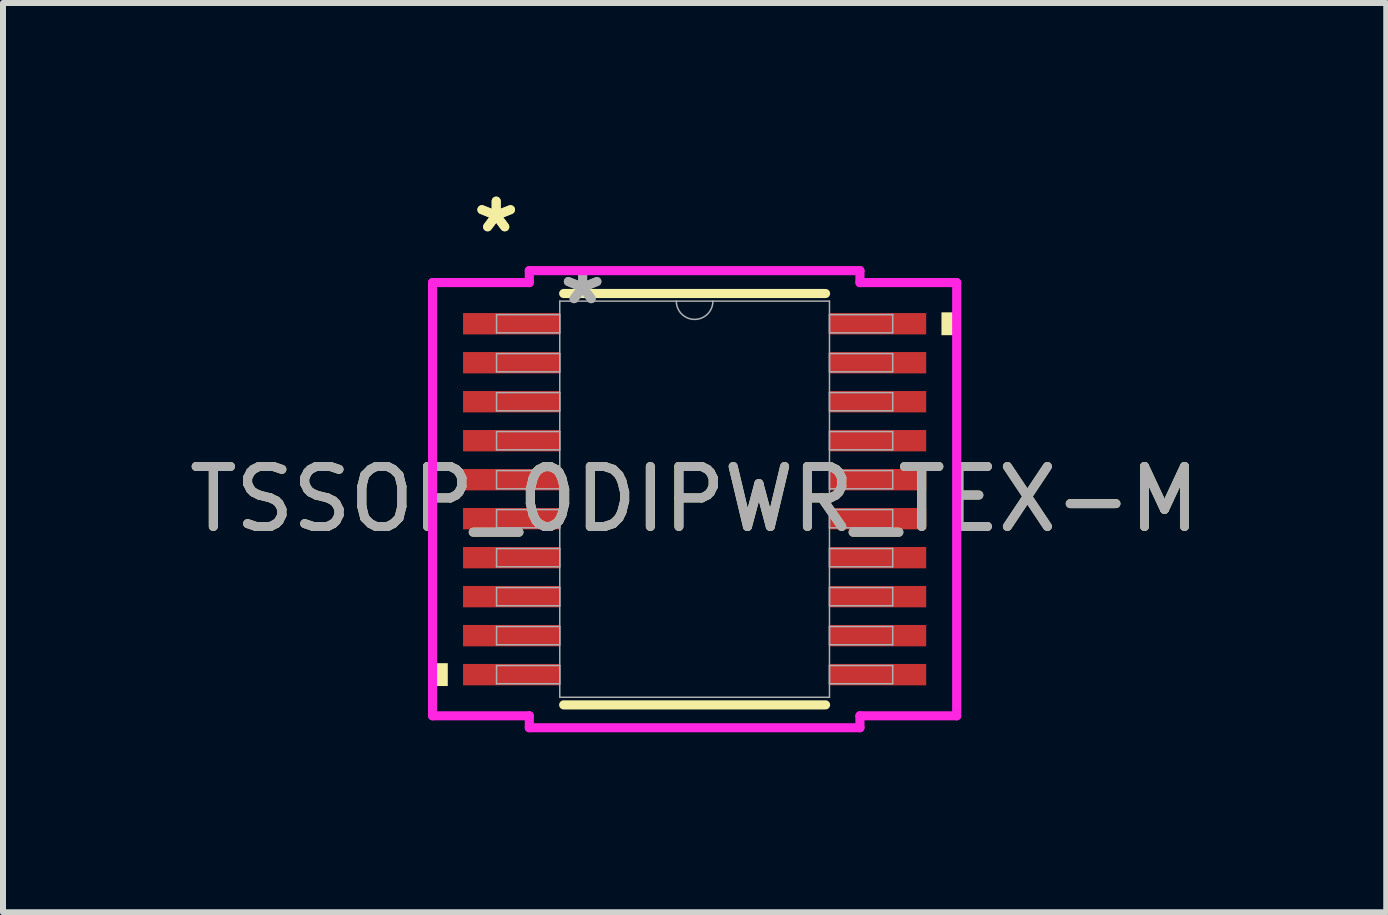
<source format=kicad_pcb>
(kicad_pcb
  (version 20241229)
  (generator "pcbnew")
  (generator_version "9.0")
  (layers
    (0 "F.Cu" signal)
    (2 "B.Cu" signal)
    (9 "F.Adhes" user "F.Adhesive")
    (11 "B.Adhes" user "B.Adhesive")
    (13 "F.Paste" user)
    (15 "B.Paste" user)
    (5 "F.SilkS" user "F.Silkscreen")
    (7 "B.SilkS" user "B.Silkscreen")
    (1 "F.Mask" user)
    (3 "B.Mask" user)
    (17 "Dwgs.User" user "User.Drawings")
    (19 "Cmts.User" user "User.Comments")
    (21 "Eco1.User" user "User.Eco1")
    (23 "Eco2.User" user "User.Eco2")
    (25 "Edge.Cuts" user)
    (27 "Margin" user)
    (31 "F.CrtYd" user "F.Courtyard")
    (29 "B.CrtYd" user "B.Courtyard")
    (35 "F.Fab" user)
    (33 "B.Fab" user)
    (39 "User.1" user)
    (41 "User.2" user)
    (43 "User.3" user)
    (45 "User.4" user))
  (footprint "TSSOP_0DIPWR_TEX-M"
    (layer "F.Cu")
    (at 8.53 5.272)
    (property "Reference" "TSSOP_0DIPWR_TEX-M" (at 0 0 0) (unlocked yes) (layer "F.SilkS") (effects (font (size 1 1) (thickness 0.15))))
    (attr smd)
    (fp_line (start -2.183 3.429) (end 2.183 3.429) (stroke (width 0.152) (type solid)) (layer "F.SilkS"))
    (fp_line (start 2.183 -3.429) (end -2.183 -3.429) (stroke (width 0.152) (type solid)) (layer "F.SilkS"))
    (fp_poly (pts (xy -4.369 2.734) (xy -4.369 3.115) (xy -4.115 3.115) (xy -4.115 2.734)) (stroke (width 0) (type solid)) (fill yes) (layer "F.SilkS"))
    (fp_poly (pts (xy 4.369 -3.115) (xy 4.369 -2.734) (xy 4.115 -2.734) (xy 4.115 -3.115)) (stroke (width 0) (type solid)) (fill yes) (layer "F.SilkS"))
    (fp_line (start -4.369 -3.611) (end -2.756 -3.611) (stroke (width 0.152) (type solid)) (layer "F.CrtYd"))
    (fp_line (start -4.369 3.611) (end -4.369 -3.611) (stroke (width 0.152) (type solid)) (layer "F.CrtYd"))
    (fp_line (start -4.369 3.611) (end -2.756 3.611) (stroke (width 0.152) (type solid)) (layer "F.CrtYd"))
    (fp_line (start -2.756 -3.81) (end 2.756 -3.81) (stroke (width 0.152) (type solid)) (layer "F.CrtYd"))
    (fp_line (start -2.756 -3.611) (end -2.756 -3.81) (stroke (width 0.152) (type solid)) (layer "F.CrtYd"))
    (fp_line (start -2.756 3.81) (end -2.756 3.611) (stroke (width 0.152) (type solid)) (layer "F.CrtYd"))
    (fp_line (start 2.756 -3.81) (end 2.756 -3.611) (stroke (width 0.152) (type solid)) (layer "F.CrtYd"))
    (fp_line (start 2.756 3.611) (end 2.756 3.81) (stroke (width 0.152) (type solid)) (layer "F.CrtYd"))
    (fp_line (start 2.756 3.81) (end -2.756 3.81) (stroke (width 0.152) (type solid)) (layer "F.CrtYd"))
    (fp_line (start 4.369 -3.611) (end 2.756 -3.611) (stroke (width 0.152) (type solid)) (layer "F.CrtYd"))
    (fp_line (start 4.369 -3.611) (end 4.369 3.611) (stroke (width 0.152) (type solid)) (layer "F.CrtYd"))
    (fp_line (start 4.369 3.611) (end 2.756 3.611) (stroke (width 0.152) (type solid)) (layer "F.CrtYd"))
    (fp_line (start -3.302 -3.077) (end -3.302 -2.773) (stroke (width 0.025) (type solid)) (layer "F.Fab"))
    (fp_line (start -3.302 -2.773) (end -2.248 -2.773) (stroke (width 0.025) (type solid)) (layer "F.Fab"))
    (fp_line (start -3.302 -2.427) (end -3.302 -2.123) (stroke (width 0.025) (type solid)) (layer "F.Fab"))
    (fp_line (start -3.302 -2.123) (end -2.248 -2.123) (stroke (width 0.025) (type solid)) (layer "F.Fab"))
    (fp_line (start -3.302 -1.777) (end -3.302 -1.473) (stroke (width 0.025) (type solid)) (layer "F.Fab"))
    (fp_line (start -3.302 -1.473) (end -2.248 -1.473) (stroke (width 0.025) (type solid)) (layer "F.Fab"))
    (fp_line (start -3.302 -1.127) (end -3.302 -0.823) (stroke (width 0.025) (type solid)) (layer "F.Fab"))
    (fp_line (start -3.302 -0.823) (end -2.248 -0.823) (stroke (width 0.025) (type solid)) (layer "F.Fab"))
    (fp_line (start -3.302 -0.477) (end -3.302 -0.173) (stroke (width 0.025) (type solid)) (layer "F.Fab"))
    (fp_line (start -3.302 -0.173) (end -2.248 -0.173) (stroke (width 0.025) (type solid)) (layer "F.Fab"))
    (fp_line (start -3.302 0.173) (end -3.302 0.477) (stroke (width 0.025) (type solid)) (layer "F.Fab"))
    (fp_line (start -3.302 0.477) (end -2.248 0.477) (stroke (width 0.025) (type solid)) (layer "F.Fab"))
    (fp_line (start -3.302 0.823) (end -3.302 1.127) (stroke (width 0.025) (type solid)) (layer "F.Fab"))
    (fp_line (start -3.302 1.127) (end -2.248 1.127) (stroke (width 0.025) (type solid)) (layer "F.Fab"))
    (fp_line (start -3.302 1.473) (end -3.302 1.777) (stroke (width 0.025) (type solid)) (layer "F.Fab"))
    (fp_line (start -3.302 1.777) (end -2.248 1.777) (stroke (width 0.025) (type solid)) (layer "F.Fab"))
    (fp_line (start -3.302 2.123) (end -3.302 2.427) (stroke (width 0.025) (type solid)) (layer "F.Fab"))
    (fp_line (start -3.302 2.427) (end -2.248 2.427) (stroke (width 0.025) (type solid)) (layer "F.Fab"))
    (fp_line (start -3.302 2.773) (end -3.302 3.077) (stroke (width 0.025) (type solid)) (layer "F.Fab"))
    (fp_line (start -3.302 3.077) (end -2.248 3.077) (stroke (width 0.025) (type solid)) (layer "F.Fab"))
    (fp_line (start -2.248 -3.302) (end -2.248 3.302) (stroke (width 0.025) (type solid)) (layer "F.Fab"))
    (fp_line (start -2.248 -3.077) (end -3.302 -3.077) (stroke (width 0.025) (type solid)) (layer "F.Fab"))
    (fp_line (start -2.248 -2.773) (end -2.248 -3.077) (stroke (width 0.025) (type solid)) (layer "F.Fab"))
    (fp_line (start -2.248 -2.427) (end -3.302 -2.427) (stroke (width 0.025) (type solid)) (layer "F.Fab"))
    (fp_line (start -2.248 -2.123) (end -2.248 -2.427) (stroke (width 0.025) (type solid)) (layer "F.Fab"))
    (fp_line (start -2.248 -1.777) (end -3.302 -1.777) (stroke (width 0.025) (type solid)) (layer "F.Fab"))
    (fp_line (start -2.248 -1.473) (end -2.248 -1.777) (stroke (width 0.025) (type solid)) (layer "F.Fab"))
    (fp_line (start -2.248 -1.127) (end -3.302 -1.127) (stroke (width 0.025) (type solid)) (layer "F.Fab"))
    (fp_line (start -2.248 -0.823) (end -2.248 -1.127) (stroke (width 0.025) (type solid)) (layer "F.Fab"))
    (fp_line (start -2.248 -0.477) (end -3.302 -0.477) (stroke (width 0.025) (type solid)) (layer "F.Fab"))
    (fp_line (start -2.248 -0.173) (end -2.248 -0.477) (stroke (width 0.025) (type solid)) (layer "F.Fab"))
    (fp_line (start -2.248 0.173) (end -3.302 0.173) (stroke (width 0.025) (type solid)) (layer "F.Fab"))
    (fp_line (start -2.248 0.477) (end -2.248 0.173) (stroke (width 0.025) (type solid)) (layer "F.Fab"))
    (fp_line (start -2.248 0.823) (end -3.302 0.823) (stroke (width 0.025) (type solid)) (layer "F.Fab"))
    (fp_line (start -2.248 1.127) (end -2.248 0.823) (stroke (width 0.025) (type solid)) (layer "F.Fab"))
    (fp_line (start -2.248 1.473) (end -3.302 1.473) (stroke (width 0.025) (type solid)) (layer "F.Fab"))
    (fp_line (start -2.248 1.777) (end -2.248 1.473) (stroke (width 0.025) (type solid)) (layer "F.Fab"))
    (fp_line (start -2.248 2.123) (end -3.302 2.123) (stroke (width 0.025) (type solid)) (layer "F.Fab"))
    (fp_line (start -2.248 2.427) (end -2.248 2.123) (stroke (width 0.025) (type solid)) (layer "F.Fab"))
    (fp_line (start -2.248 2.773) (end -3.302 2.773) (stroke (width 0.025) (type solid)) (layer "F.Fab"))
    (fp_line (start -2.248 3.077) (end -2.248 2.773) (stroke (width 0.025) (type solid)) (layer "F.Fab"))
    (fp_line (start -2.248 3.302) (end 2.248 3.302) (stroke (width 0.025) (type solid)) (layer "F.Fab"))
    (fp_line (start 2.248 -3.302) (end -2.248 -3.302) (stroke (width 0.025) (type solid)) (layer "F.Fab"))
    (fp_line (start 2.248 -3.077) (end 2.248 -2.773) (stroke (width 0.025) (type solid)) (layer "F.Fab"))
    (fp_line (start 2.248 -2.773) (end 3.302 -2.773) (stroke (width 0.025) (type solid)) (layer "F.Fab"))
    (fp_line (start 2.248 -2.427) (end 2.248 -2.123) (stroke (width 0.025) (type solid)) (layer "F.Fab"))
    (fp_line (start 2.248 -2.123) (end 3.302 -2.123) (stroke (width 0.025) (type solid)) (layer "F.Fab"))
    (fp_line (start 2.248 -1.777) (end 2.248 -1.473) (stroke (width 0.025) (type solid)) (layer "F.Fab"))
    (fp_line (start 2.248 -1.473) (end 3.302 -1.473) (stroke (width 0.025) (type solid)) (layer "F.Fab"))
    (fp_line (start 2.248 -1.127) (end 2.248 -0.823) (stroke (width 0.025) (type solid)) (layer "F.Fab"))
    (fp_line (start 2.248 -0.823) (end 3.302 -0.823) (stroke (width 0.025) (type solid)) (layer "F.Fab"))
    (fp_line (start 2.248 -0.477) (end 2.248 -0.173) (stroke (width 0.025) (type solid)) (layer "F.Fab"))
    (fp_line (start 2.248 -0.173) (end 3.302 -0.173) (stroke (width 0.025) (type solid)) (layer "F.Fab"))
    (fp_line (start 2.248 0.173) (end 2.248 0.477) (stroke (width 0.025) (type solid)) (layer "F.Fab"))
    (fp_line (start 2.248 0.477) (end 3.302 0.477) (stroke (width 0.025) (type solid)) (layer "F.Fab"))
    (fp_line (start 2.248 0.823) (end 2.248 1.127) (stroke (width 0.025) (type solid)) (layer "F.Fab"))
    (fp_line (start 2.248 1.127) (end 3.302 1.127) (stroke (width 0.025) (type solid)) (layer "F.Fab"))
    (fp_line (start 2.248 1.473) (end 2.248 1.777) (stroke (width 0.025) (type solid)) (layer "F.Fab"))
    (fp_line (start 2.248 1.777) (end 3.302 1.777) (stroke (width 0.025) (type solid)) (layer "F.Fab"))
    (fp_line (start 2.248 2.123) (end 2.248 2.427) (stroke (width 0.025) (type solid)) (layer "F.Fab"))
    (fp_line (start 2.248 2.427) (end 3.302 2.427) (stroke (width 0.025) (type solid)) (layer "F.Fab"))
    (fp_line (start 2.248 2.773) (end 2.248 3.077) (stroke (width 0.025) (type solid)) (layer "F.Fab"))
    (fp_line (start 2.248 3.077) (end 3.302 3.077) (stroke (width 0.025) (type solid)) (layer "F.Fab"))
    (fp_line (start 2.248 3.302) (end 2.248 -3.302) (stroke (width 0.025) (type solid)) (layer "F.Fab"))
    (fp_line (start 3.302 -3.077) (end 2.248 -3.077) (stroke (width 0.025) (type solid)) (layer "F.Fab"))
    (fp_line (start 3.302 -2.773) (end 3.302 -3.077) (stroke (width 0.025) (type solid)) (layer "F.Fab"))
    (fp_line (start 3.302 -2.427) (end 2.248 -2.427) (stroke (width 0.025) (type solid)) (layer "F.Fab"))
    (fp_line (start 3.302 -2.123) (end 3.302 -2.427) (stroke (width 0.025) (type solid)) (layer "F.Fab"))
    (fp_line (start 3.302 -1.777) (end 2.248 -1.777) (stroke (width 0.025) (type solid)) (layer "F.Fab"))
    (fp_line (start 3.302 -1.473) (end 3.302 -1.777) (stroke (width 0.025) (type solid)) (layer "F.Fab"))
    (fp_line (start 3.302 -1.127) (end 2.248 -1.127) (stroke (width 0.025) (type solid)) (layer "F.Fab"))
    (fp_line (start 3.302 -0.823) (end 3.302 -1.127) (stroke (width 0.025) (type solid)) (layer "F.Fab"))
    (fp_line (start 3.302 -0.477) (end 2.248 -0.477) (stroke (width 0.025) (type solid)) (layer "F.Fab"))
    (fp_line (start 3.302 -0.173) (end 3.302 -0.477) (stroke (width 0.025) (type solid)) (layer "F.Fab"))
    (fp_line (start 3.302 0.173) (end 2.248 0.173) (stroke (width 0.025) (type solid)) (layer "F.Fab"))
    (fp_line (start 3.302 0.477) (end 3.302 0.173) (stroke (width 0.025) (type solid)) (layer "F.Fab"))
    (fp_line (start 3.302 0.823) (end 2.248 0.823) (stroke (width 0.025) (type solid)) (layer "F.Fab"))
    (fp_line (start 3.302 1.127) (end 3.302 0.823) (stroke (width 0.025) (type solid)) (layer "F.Fab"))
    (fp_line (start 3.302 1.473) (end 2.248 1.473) (stroke (width 0.025) (type solid)) (layer "F.Fab"))
    (fp_line (start 3.302 1.777) (end 3.302 1.473) (stroke (width 0.025) (type solid)) (layer "F.Fab"))
    (fp_line (start 3.302 2.123) (end 2.248 2.123) (stroke (width 0.025) (type solid)) (layer "F.Fab"))
    (fp_line (start 3.302 2.427) (end 3.302 2.123) (stroke (width 0.025) (type solid)) (layer "F.Fab"))
    (fp_line (start 3.302 2.773) (end 2.248 2.773) (stroke (width 0.025) (type solid)) (layer "F.Fab"))
    (fp_line (start 3.302 3.077) (end 3.302 2.773) (stroke (width 0.025) (type solid)) (layer "F.Fab"))
    (fp_arc (start 0.3048 -3.302) (mid 0 -2.9972) (end -0.3048 -3.302) (stroke (width 0.0254) (type solid)) (layer "F.Fab"))
    (fp_text user "*" (at -3.308 -4.424 0) (layer "F.SilkS") (effects (font (size 1 1) (thickness 0.15))))
    (fp_text user "*" (at -3.308 -4.424 0) (unlocked yes) (layer "F.SilkS") (effects (font (size 1 1) (thickness 0.15))))
    (fp_text user "*" (at -1.867 -3.226 0) (unlocked yes) (layer "F.Fab") (effects (font (size 1 1) (thickness 0.15))))
    (fp_text user "*" (at -1.867 -3.226 0) (layer "F.Fab") (effects (font (size 1 1) (thickness 0.15))))
    (fp_text user "${REFERENCE}" (at 0 0 0) (unlocked yes) (layer "F.Fab") (effects (font (size 1 1) (thickness 0.15))))
    (pad "1" smd rect (at -3.054 -2.925) (size 1.613 0.356) (layers "F.Cu" "F.Mask" "F.Paste"))
    (pad "2" smd rect (at -3.054 -2.275) (size 1.613 0.356) (layers "F.Cu" "F.Mask" "F.Paste"))
    (pad "3" smd rect (at -3.054 -1.625) (size 1.613 0.356) (layers "F.Cu" "F.Mask" "F.Paste"))
    (pad "4" smd rect (at -3.054 -0.975) (size 1.613 0.356) (layers "F.Cu" "F.Mask" "F.Paste"))
    (pad "5" smd rect (at -3.054 -0.325) (size 1.613 0.356) (layers "F.Cu" "F.Mask" "F.Paste"))
    (pad "6" smd rect (at -3.054 0.325) (size 1.613 0.356) (layers "F.Cu" "F.Mask" "F.Paste"))
    (pad "7" smd rect (at -3.054 0.975) (size 1.613 0.356) (layers "F.Cu" "F.Mask" "F.Paste"))
    (pad "8" smd rect (at -3.054 1.625) (size 1.613 0.356) (layers "F.Cu" "F.Mask" "F.Paste"))
    (pad "9" smd rect (at -3.054 2.275) (size 1.613 0.356) (layers "F.Cu" "F.Mask" "F.Paste"))
    (pad "10" smd rect (at -3.054 2.925) (size 1.613 0.356) (layers "F.Cu" "F.Mask" "F.Paste"))
    (pad "11" smd rect (at 3.054 2.925) (size 1.613 0.356) (layers "F.Cu" "F.Mask" "F.Paste"))
    (pad "12" smd rect (at 3.054 2.275) (size 1.613 0.356) (layers "F.Cu" "F.Mask" "F.Paste"))
    (pad "13" smd rect (at 3.054 1.625) (size 1.613 0.356) (layers "F.Cu" "F.Mask" "F.Paste"))
    (pad "14" smd rect (at 3.054 0.975) (size 1.613 0.356) (layers "F.Cu" "F.Mask" "F.Paste"))
    (pad "15" smd rect (at 3.054 0.325) (size 1.613 0.356) (layers "F.Cu" "F.Mask" "F.Paste"))
    (pad "16" smd rect (at 3.054 -0.325) (size 1.613 0.356) (layers "F.Cu" "F.Mask" "F.Paste"))
    (pad "17" smd rect (at 3.054 -0.975) (size 1.613 0.356) (layers "F.Cu" "F.Mask" "F.Paste"))
    (pad "18" smd rect (at 3.054 -1.625) (size 1.613 0.356) (layers "F.Cu" "F.Mask" "F.Paste"))
    (pad "19" smd rect (at 3.054 -2.275) (size 1.613 0.356) (layers "F.Cu" "F.Mask" "F.Paste"))
    (pad "20" smd rect (at 3.054 -2.925) (size 1.613 0.356) (layers "F.Cu" "F.Mask" "F.Paste")))
  (gr_rect
    (start -3 -3)
    (end 20.06 12.158)
    (stroke (width 0.1) (type default))
    (fill no)
    (layer "Edge.Cuts")))
</source>
